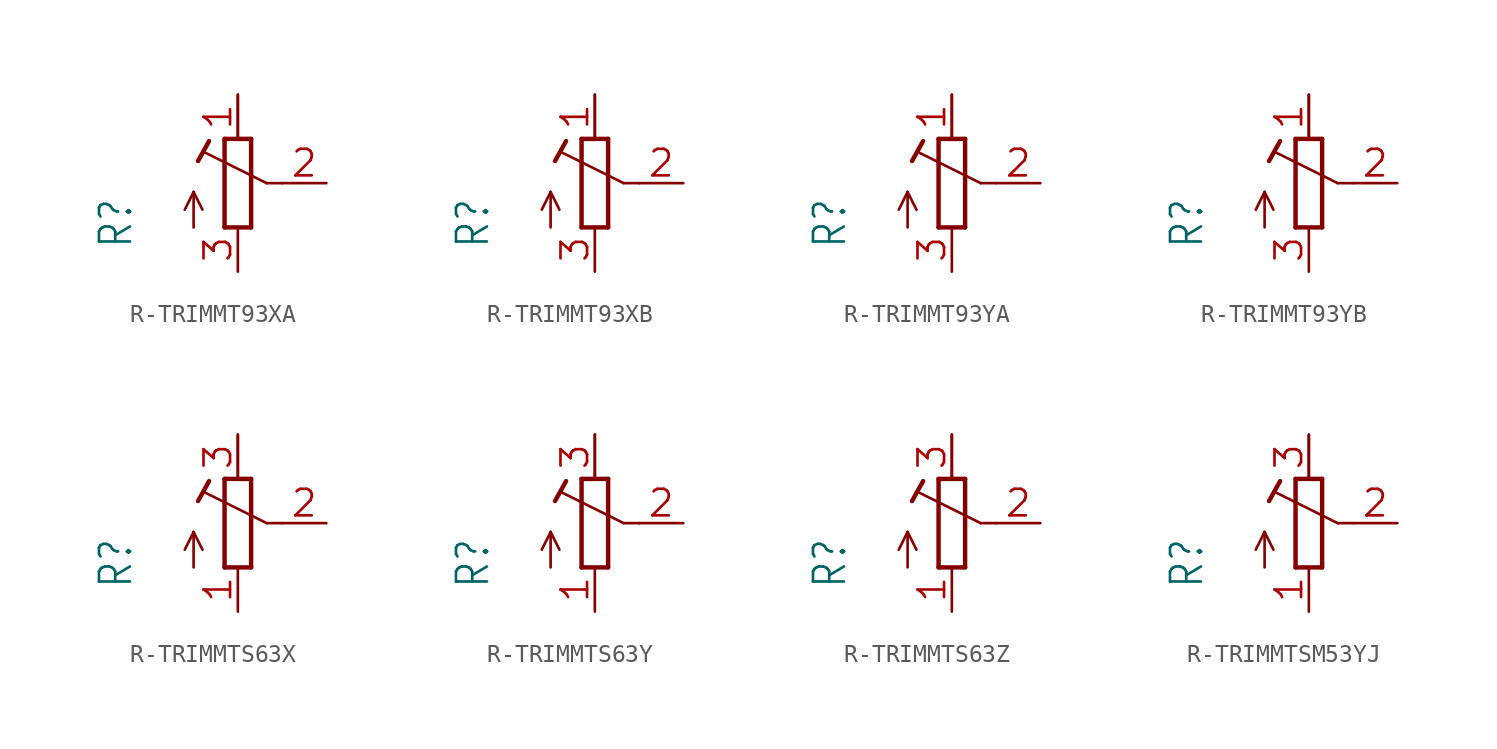
<source format=kicad_sym>
(kicad_symbol_lib
  (version 20241209)
  (generator "kicad_symbol_editor")
  (generator_version "9.0")
  (symbol "R-TRIMMT93XA"
    (property "Reference" "R"
      (at -5.969 -3.81 90)
      (effects (font (size 1.778 1.511)) (justify left bottom)))
    (property "Value" ""
      (at -3.81 -3.81 90)
      (effects (font (size 1.778 1.511)) (justify left bottom)))
    (property "ki_locked" ""
      (at 0 0 0)
      (effects (font (size 1.27 1.27))))
    (symbol "R-TRIMMT93XA_1_0"
      (polyline (pts (xy -2.54 -0.508) (xy -3.048 -1.524)) (stroke (width 0.152) (type solid)) (fill (type none)))
      (polyline (pts (xy -2.54 -0.508) (xy -2.032 -1.524)) (stroke (width 0.152) (type solid)) (fill (type none)))
      (polyline (pts (xy -2.54 -2.54) (xy -2.54 -0.508)) (stroke (width 0.152) (type solid)) (fill (type none)))
      (polyline (pts (xy -2.286 1.27) (xy -1.651 2.413)) (stroke (width 0.254) (type solid)) (fill (type none)))
      (polyline (pts (xy -0.762 2.54) (xy -0.762 -2.54)) (stroke (width 0.254) (type solid)) (fill (type none)))
      (polyline (pts (xy -0.762 -2.54) (xy 0.762 -2.54)) (stroke (width 0.254) (type solid)) (fill (type none)))
      (polyline (pts (xy 0 2.54) (xy -0.762 2.54)) (stroke (width 0.254) (type solid)) (fill (type none)))
      (polyline (pts (xy 0 2.54) (xy 0 5.08)) (stroke (width 0.152) (type solid)) (fill (type none)))
      (polyline (pts (xy 0.762 2.54) (xy 0 2.54)) (stroke (width 0.254) (type solid)) (fill (type none)))
      (polyline (pts (xy 0.762 -2.54) (xy 0.762 2.54)) (stroke (width 0.254) (type solid)) (fill (type none)))
      (polyline (pts (xy 1.651 0) (xy -1.88 1.753)) (stroke (width 0.152) (type solid)) (fill (type none)))
      (polyline (pts (xy 2.54 0) (xy 1.651 0)) (stroke (width 0.152) (type solid)) (fill (type none)))
      (pin passive line (at 0 5.08 270) (length 2.54) (name "E" (effects (font (size 0 0)))) (number "1" (effects (font (size 1.524 1.524)))))
      (pin passive line (at 0 -5.08 90) (length 2.54) (name "A" (effects (font (size 0 0)))) (number "3" (effects (font (size 1.524 1.524)))))
      (pin passive line (at 5.08 0 180) (length 2.54) (name "S" (effects (font (size 0 0)))) (number "2" (effects (font (size 1.524 1.524)))))))
  (symbol "R-TRIMMT93XB"
    (property "Reference" "R"
      (at -5.969 -3.81 90)
      (effects (font (size 1.778 1.511)) (justify left bottom)))
    (property "Value" ""
      (at -3.81 -3.81 90)
      (effects (font (size 1.778 1.511)) (justify left bottom)))
    (property "ki_locked" ""
      (at 0 0 0)
      (effects (font (size 1.27 1.27))))
    (symbol "R-TRIMMT93XB_1_0"
      (polyline (pts (xy -2.54 -0.508) (xy -3.048 -1.524)) (stroke (width 0.152) (type solid)) (fill (type none)))
      (polyline (pts (xy -2.54 -0.508) (xy -2.032 -1.524)) (stroke (width 0.152) (type solid)) (fill (type none)))
      (polyline (pts (xy -2.54 -2.54) (xy -2.54 -0.508)) (stroke (width 0.152) (type solid)) (fill (type none)))
      (polyline (pts (xy -2.286 1.27) (xy -1.651 2.413)) (stroke (width 0.254) (type solid)) (fill (type none)))
      (polyline (pts (xy -0.762 2.54) (xy -0.762 -2.54)) (stroke (width 0.254) (type solid)) (fill (type none)))
      (polyline (pts (xy -0.762 -2.54) (xy 0.762 -2.54)) (stroke (width 0.254) (type solid)) (fill (type none)))
      (polyline (pts (xy 0 2.54) (xy -0.762 2.54)) (stroke (width 0.254) (type solid)) (fill (type none)))
      (polyline (pts (xy 0 2.54) (xy 0 5.08)) (stroke (width 0.152) (type solid)) (fill (type none)))
      (polyline (pts (xy 0.762 2.54) (xy 0 2.54)) (stroke (width 0.254) (type solid)) (fill (type none)))
      (polyline (pts (xy 0.762 -2.54) (xy 0.762 2.54)) (stroke (width 0.254) (type solid)) (fill (type none)))
      (polyline (pts (xy 1.651 0) (xy -1.88 1.753)) (stroke (width 0.152) (type solid)) (fill (type none)))
      (polyline (pts (xy 2.54 0) (xy 1.651 0)) (stroke (width 0.152) (type solid)) (fill (type none)))
      (pin passive line (at 0 5.08 270) (length 2.54) (name "E" (effects (font (size 0 0)))) (number "1" (effects (font (size 1.524 1.524)))))
      (pin passive line (at 0 -5.08 90) (length 2.54) (name "A" (effects (font (size 0 0)))) (number "3" (effects (font (size 1.524 1.524)))))
      (pin passive line (at 5.08 0 180) (length 2.54) (name "S" (effects (font (size 0 0)))) (number "2" (effects (font (size 1.524 1.524)))))))
  (symbol "R-TRIMMT93YA"
    (property "Reference" "R"
      (at -5.969 -3.81 90)
      (effects (font (size 1.778 1.511)) (justify left bottom)))
    (property "Value" ""
      (at -3.81 -3.81 90)
      (effects (font (size 1.778 1.511)) (justify left bottom)))
    (property "ki_locked" ""
      (at 0 0 0)
      (effects (font (size 1.27 1.27))))
    (symbol "R-TRIMMT93YA_1_0"
      (polyline (pts (xy -2.54 -0.508) (xy -3.048 -1.524)) (stroke (width 0.152) (type solid)) (fill (type none)))
      (polyline (pts (xy -2.54 -0.508) (xy -2.032 -1.524)) (stroke (width 0.152) (type solid)) (fill (type none)))
      (polyline (pts (xy -2.54 -2.54) (xy -2.54 -0.508)) (stroke (width 0.152) (type solid)) (fill (type none)))
      (polyline (pts (xy -2.286 1.27) (xy -1.651 2.413)) (stroke (width 0.254) (type solid)) (fill (type none)))
      (polyline (pts (xy -0.762 2.54) (xy -0.762 -2.54)) (stroke (width 0.254) (type solid)) (fill (type none)))
      (polyline (pts (xy -0.762 -2.54) (xy 0.762 -2.54)) (stroke (width 0.254) (type solid)) (fill (type none)))
      (polyline (pts (xy 0 2.54) (xy -0.762 2.54)) (stroke (width 0.254) (type solid)) (fill (type none)))
      (polyline (pts (xy 0 2.54) (xy 0 5.08)) (stroke (width 0.152) (type solid)) (fill (type none)))
      (polyline (pts (xy 0.762 2.54) (xy 0 2.54)) (stroke (width 0.254) (type solid)) (fill (type none)))
      (polyline (pts (xy 0.762 -2.54) (xy 0.762 2.54)) (stroke (width 0.254) (type solid)) (fill (type none)))
      (polyline (pts (xy 1.651 0) (xy -1.88 1.753)) (stroke (width 0.152) (type solid)) (fill (type none)))
      (polyline (pts (xy 2.54 0) (xy 1.651 0)) (stroke (width 0.152) (type solid)) (fill (type none)))
      (pin passive line (at 0 5.08 270) (length 2.54) (name "E" (effects (font (size 0 0)))) (number "1" (effects (font (size 1.524 1.524)))))
      (pin passive line (at 0 -5.08 90) (length 2.54) (name "A" (effects (font (size 0 0)))) (number "3" (effects (font (size 1.524 1.524)))))
      (pin passive line (at 5.08 0 180) (length 2.54) (name "S" (effects (font (size 0 0)))) (number "2" (effects (font (size 1.524 1.524)))))))
  (symbol "R-TRIMMT93YB"
    (property "Reference" "R"
      (at -5.969 -3.81 90)
      (effects (font (size 1.778 1.511)) (justify left bottom)))
    (property "Value" ""
      (at -3.81 -3.81 90)
      (effects (font (size 1.778 1.511)) (justify left bottom)))
    (property "ki_locked" ""
      (at 0 0 0)
      (effects (font (size 1.27 1.27))))
    (symbol "R-TRIMMT93YB_1_0"
      (polyline (pts (xy -2.54 -0.508) (xy -3.048 -1.524)) (stroke (width 0.152) (type solid)) (fill (type none)))
      (polyline (pts (xy -2.54 -0.508) (xy -2.032 -1.524)) (stroke (width 0.152) (type solid)) (fill (type none)))
      (polyline (pts (xy -2.54 -2.54) (xy -2.54 -0.508)) (stroke (width 0.152) (type solid)) (fill (type none)))
      (polyline (pts (xy -2.286 1.27) (xy -1.651 2.413)) (stroke (width 0.254) (type solid)) (fill (type none)))
      (polyline (pts (xy -0.762 2.54) (xy -0.762 -2.54)) (stroke (width 0.254) (type solid)) (fill (type none)))
      (polyline (pts (xy -0.762 -2.54) (xy 0.762 -2.54)) (stroke (width 0.254) (type solid)) (fill (type none)))
      (polyline (pts (xy 0 2.54) (xy -0.762 2.54)) (stroke (width 0.254) (type solid)) (fill (type none)))
      (polyline (pts (xy 0 2.54) (xy 0 5.08)) (stroke (width 0.152) (type solid)) (fill (type none)))
      (polyline (pts (xy 0.762 2.54) (xy 0 2.54)) (stroke (width 0.254) (type solid)) (fill (type none)))
      (polyline (pts (xy 0.762 -2.54) (xy 0.762 2.54)) (stroke (width 0.254) (type solid)) (fill (type none)))
      (polyline (pts (xy 1.651 0) (xy -1.88 1.753)) (stroke (width 0.152) (type solid)) (fill (type none)))
      (polyline (pts (xy 2.54 0) (xy 1.651 0)) (stroke (width 0.152) (type solid)) (fill (type none)))
      (pin passive line (at 0 5.08 270) (length 2.54) (name "E" (effects (font (size 0 0)))) (number "1" (effects (font (size 1.524 1.524)))))
      (pin passive line (at 0 -5.08 90) (length 2.54) (name "A" (effects (font (size 0 0)))) (number "3" (effects (font (size 1.524 1.524)))))
      (pin passive line (at 5.08 0 180) (length 2.54) (name "S" (effects (font (size 0 0)))) (number "2" (effects (font (size 1.524 1.524)))))))
  (symbol "R-TRIMMTS63X"
    (property "Reference" "R"
      (at -5.969 -3.81 90)
      (effects (font (size 1.778 1.511)) (justify left bottom)))
    (property "Value" ""
      (at -3.81 -3.81 90)
      (effects (font (size 1.778 1.511)) (justify left bottom)))
    (property "ki_locked" ""
      (at 0 0 0)
      (effects (font (size 1.27 1.27))))
    (symbol "R-TRIMMTS63X_1_0"
      (polyline (pts (xy -2.54 -0.508) (xy -3.048 -1.524)) (stroke (width 0.152) (type solid)) (fill (type none)))
      (polyline (pts (xy -2.54 -0.508) (xy -2.032 -1.524)) (stroke (width 0.152) (type solid)) (fill (type none)))
      (polyline (pts (xy -2.54 -2.54) (xy -2.54 -0.508)) (stroke (width 0.152) (type solid)) (fill (type none)))
      (polyline (pts (xy -2.286 1.27) (xy -1.651 2.413)) (stroke (width 0.254) (type solid)) (fill (type none)))
      (polyline (pts (xy -0.762 2.54) (xy -0.762 -2.54)) (stroke (width 0.254) (type solid)) (fill (type none)))
      (polyline (pts (xy -0.762 -2.54) (xy 0.762 -2.54)) (stroke (width 0.254) (type solid)) (fill (type none)))
      (polyline (pts (xy 0 2.54) (xy -0.762 2.54)) (stroke (width 0.254) (type solid)) (fill (type none)))
      (polyline (pts (xy 0 2.54) (xy 0 5.08)) (stroke (width 0.152) (type solid)) (fill (type none)))
      (polyline (pts (xy 0.762 2.54) (xy 0 2.54)) (stroke (width 0.254) (type solid)) (fill (type none)))
      (polyline (pts (xy 0.762 -2.54) (xy 0.762 2.54)) (stroke (width 0.254) (type solid)) (fill (type none)))
      (polyline (pts (xy 1.651 0) (xy -1.88 1.753)) (stroke (width 0.152) (type solid)) (fill (type none)))
      (polyline (pts (xy 2.54 0) (xy 1.651 0)) (stroke (width 0.152) (type solid)) (fill (type none)))
      (pin passive line (at 0 5.08 270) (length 2.54) (name "E" (effects (font (size 0 0)))) (number "3" (effects (font (size 1.524 1.524)))))
      (pin passive line (at 0 -5.08 90) (length 2.54) (name "A" (effects (font (size 0 0)))) (number "1" (effects (font (size 1.524 1.524)))))
      (pin passive line (at 5.08 0 180) (length 2.54) (name "S" (effects (font (size 0 0)))) (number "2" (effects (font (size 1.524 1.524)))))))
  (symbol "R-TRIMMTS63Y"
    (property "Reference" "R"
      (at -5.969 -3.81 90)
      (effects (font (size 1.778 1.511)) (justify left bottom)))
    (property "Value" ""
      (at -3.81 -3.81 90)
      (effects (font (size 1.778 1.511)) (justify left bottom)))
    (property "ki_locked" ""
      (at 0 0 0)
      (effects (font (size 1.27 1.27))))
    (symbol "R-TRIMMTS63Y_1_0"
      (polyline (pts (xy -2.54 -0.508) (xy -3.048 -1.524)) (stroke (width 0.152) (type solid)) (fill (type none)))
      (polyline (pts (xy -2.54 -0.508) (xy -2.032 -1.524)) (stroke (width 0.152) (type solid)) (fill (type none)))
      (polyline (pts (xy -2.54 -2.54) (xy -2.54 -0.508)) (stroke (width 0.152) (type solid)) (fill (type none)))
      (polyline (pts (xy -2.286 1.27) (xy -1.651 2.413)) (stroke (width 0.254) (type solid)) (fill (type none)))
      (polyline (pts (xy -0.762 2.54) (xy -0.762 -2.54)) (stroke (width 0.254) (type solid)) (fill (type none)))
      (polyline (pts (xy -0.762 -2.54) (xy 0.762 -2.54)) (stroke (width 0.254) (type solid)) (fill (type none)))
      (polyline (pts (xy 0 2.54) (xy -0.762 2.54)) (stroke (width 0.254) (type solid)) (fill (type none)))
      (polyline (pts (xy 0 2.54) (xy 0 5.08)) (stroke (width 0.152) (type solid)) (fill (type none)))
      (polyline (pts (xy 0.762 2.54) (xy 0 2.54)) (stroke (width 0.254) (type solid)) (fill (type none)))
      (polyline (pts (xy 0.762 -2.54) (xy 0.762 2.54)) (stroke (width 0.254) (type solid)) (fill (type none)))
      (polyline (pts (xy 1.651 0) (xy -1.88 1.753)) (stroke (width 0.152) (type solid)) (fill (type none)))
      (polyline (pts (xy 2.54 0) (xy 1.651 0)) (stroke (width 0.152) (type solid)) (fill (type none)))
      (pin passive line (at 0 5.08 270) (length 2.54) (name "E" (effects (font (size 0 0)))) (number "3" (effects (font (size 1.524 1.524)))))
      (pin passive line (at 0 -5.08 90) (length 2.54) (name "A" (effects (font (size 0 0)))) (number "1" (effects (font (size 1.524 1.524)))))
      (pin passive line (at 5.08 0 180) (length 2.54) (name "S" (effects (font (size 0 0)))) (number "2" (effects (font (size 1.524 1.524)))))))
  (symbol "R-TRIMMTS63Z"
    (property "Reference" "R"
      (at -5.969 -3.81 90)
      (effects (font (size 1.778 1.511)) (justify left bottom)))
    (property "Value" ""
      (at -3.81 -3.81 90)
      (effects (font (size 1.778 1.511)) (justify left bottom)))
    (property "ki_locked" ""
      (at 0 0 0)
      (effects (font (size 1.27 1.27))))
    (symbol "R-TRIMMTS63Z_1_0"
      (polyline (pts (xy -2.54 -0.508) (xy -3.048 -1.524)) (stroke (width 0.152) (type solid)) (fill (type none)))
      (polyline (pts (xy -2.54 -0.508) (xy -2.032 -1.524)) (stroke (width 0.152) (type solid)) (fill (type none)))
      (polyline (pts (xy -2.54 -2.54) (xy -2.54 -0.508)) (stroke (width 0.152) (type solid)) (fill (type none)))
      (polyline (pts (xy -2.286 1.27) (xy -1.651 2.413)) (stroke (width 0.254) (type solid)) (fill (type none)))
      (polyline (pts (xy -0.762 2.54) (xy -0.762 -2.54)) (stroke (width 0.254) (type solid)) (fill (type none)))
      (polyline (pts (xy -0.762 -2.54) (xy 0.762 -2.54)) (stroke (width 0.254) (type solid)) (fill (type none)))
      (polyline (pts (xy 0 2.54) (xy -0.762 2.54)) (stroke (width 0.254) (type solid)) (fill (type none)))
      (polyline (pts (xy 0 2.54) (xy 0 5.08)) (stroke (width 0.152) (type solid)) (fill (type none)))
      (polyline (pts (xy 0.762 2.54) (xy 0 2.54)) (stroke (width 0.254) (type solid)) (fill (type none)))
      (polyline (pts (xy 0.762 -2.54) (xy 0.762 2.54)) (stroke (width 0.254) (type solid)) (fill (type none)))
      (polyline (pts (xy 1.651 0) (xy -1.88 1.753)) (stroke (width 0.152) (type solid)) (fill (type none)))
      (polyline (pts (xy 2.54 0) (xy 1.651 0)) (stroke (width 0.152) (type solid)) (fill (type none)))
      (pin passive line (at 0 5.08 270) (length 2.54) (name "E" (effects (font (size 0 0)))) (number "3" (effects (font (size 1.524 1.524)))))
      (pin passive line (at 0 -5.08 90) (length 2.54) (name "A" (effects (font (size 0 0)))) (number "1" (effects (font (size 1.524 1.524)))))
      (pin passive line (at 5.08 0 180) (length 2.54) (name "S" (effects (font (size 0 0)))) (number "2" (effects (font (size 1.524 1.524)))))))
  (symbol "R-TRIMMTSM53YJ"
    (property "Reference" "R"
      (at -5.969 -3.81 90)
      (effects (font (size 1.778 1.511)) (justify left bottom)))
    (property "Value" ""
      (at -3.81 -3.81 90)
      (effects (font (size 1.778 1.511)) (justify left bottom)))
    (property "ki_locked" ""
      (at 0 0 0)
      (effects (font (size 1.27 1.27))))
    (symbol "R-TRIMMTSM53YJ_1_0"
      (polyline (pts (xy -2.54 -0.508) (xy -3.048 -1.524)) (stroke (width 0.152) (type solid)) (fill (type none)))
      (polyline (pts (xy -2.54 -0.508) (xy -2.032 -1.524)) (stroke (width 0.152) (type solid)) (fill (type none)))
      (polyline (pts (xy -2.54 -2.54) (xy -2.54 -0.508)) (stroke (width 0.152) (type solid)) (fill (type none)))
      (polyline (pts (xy -2.286 1.27) (xy -1.651 2.413)) (stroke (width 0.254) (type solid)) (fill (type none)))
      (polyline (pts (xy -0.762 2.54) (xy -0.762 -2.54)) (stroke (width 0.254) (type solid)) (fill (type none)))
      (polyline (pts (xy -0.762 -2.54) (xy 0.762 -2.54)) (stroke (width 0.254) (type solid)) (fill (type none)))
      (polyline (pts (xy 0 2.54) (xy -0.762 2.54)) (stroke (width 0.254) (type solid)) (fill (type none)))
      (polyline (pts (xy 0 2.54) (xy 0 5.08)) (stroke (width 0.152) (type solid)) (fill (type none)))
      (polyline (pts (xy 0.762 2.54) (xy 0 2.54)) (stroke (width 0.254) (type solid)) (fill (type none)))
      (polyline (pts (xy 0.762 -2.54) (xy 0.762 2.54)) (stroke (width 0.254) (type solid)) (fill (type none)))
      (polyline (pts (xy 1.651 0) (xy -1.88 1.753)) (stroke (width 0.152) (type solid)) (fill (type none)))
      (polyline (pts (xy 2.54 0) (xy 1.651 0)) (stroke (width 0.152) (type solid)) (fill (type none)))
      (pin passive line (at 0 5.08 270) (length 2.54) (name "E" (effects (font (size 0 0)))) (number "3" (effects (font (size 1.524 1.524)))))
      (pin passive line (at 0 -5.08 90) (length 2.54) (name "A" (effects (font (size 0 0)))) (number "1" (effects (font (size 1.524 1.524)))))
      (pin passive line (at 5.08 0 180) (length 2.54) (name "S" (effects (font (size 0 0)))) (number "2" (effects (font (size 1.524 1.524))))))))
</source>
